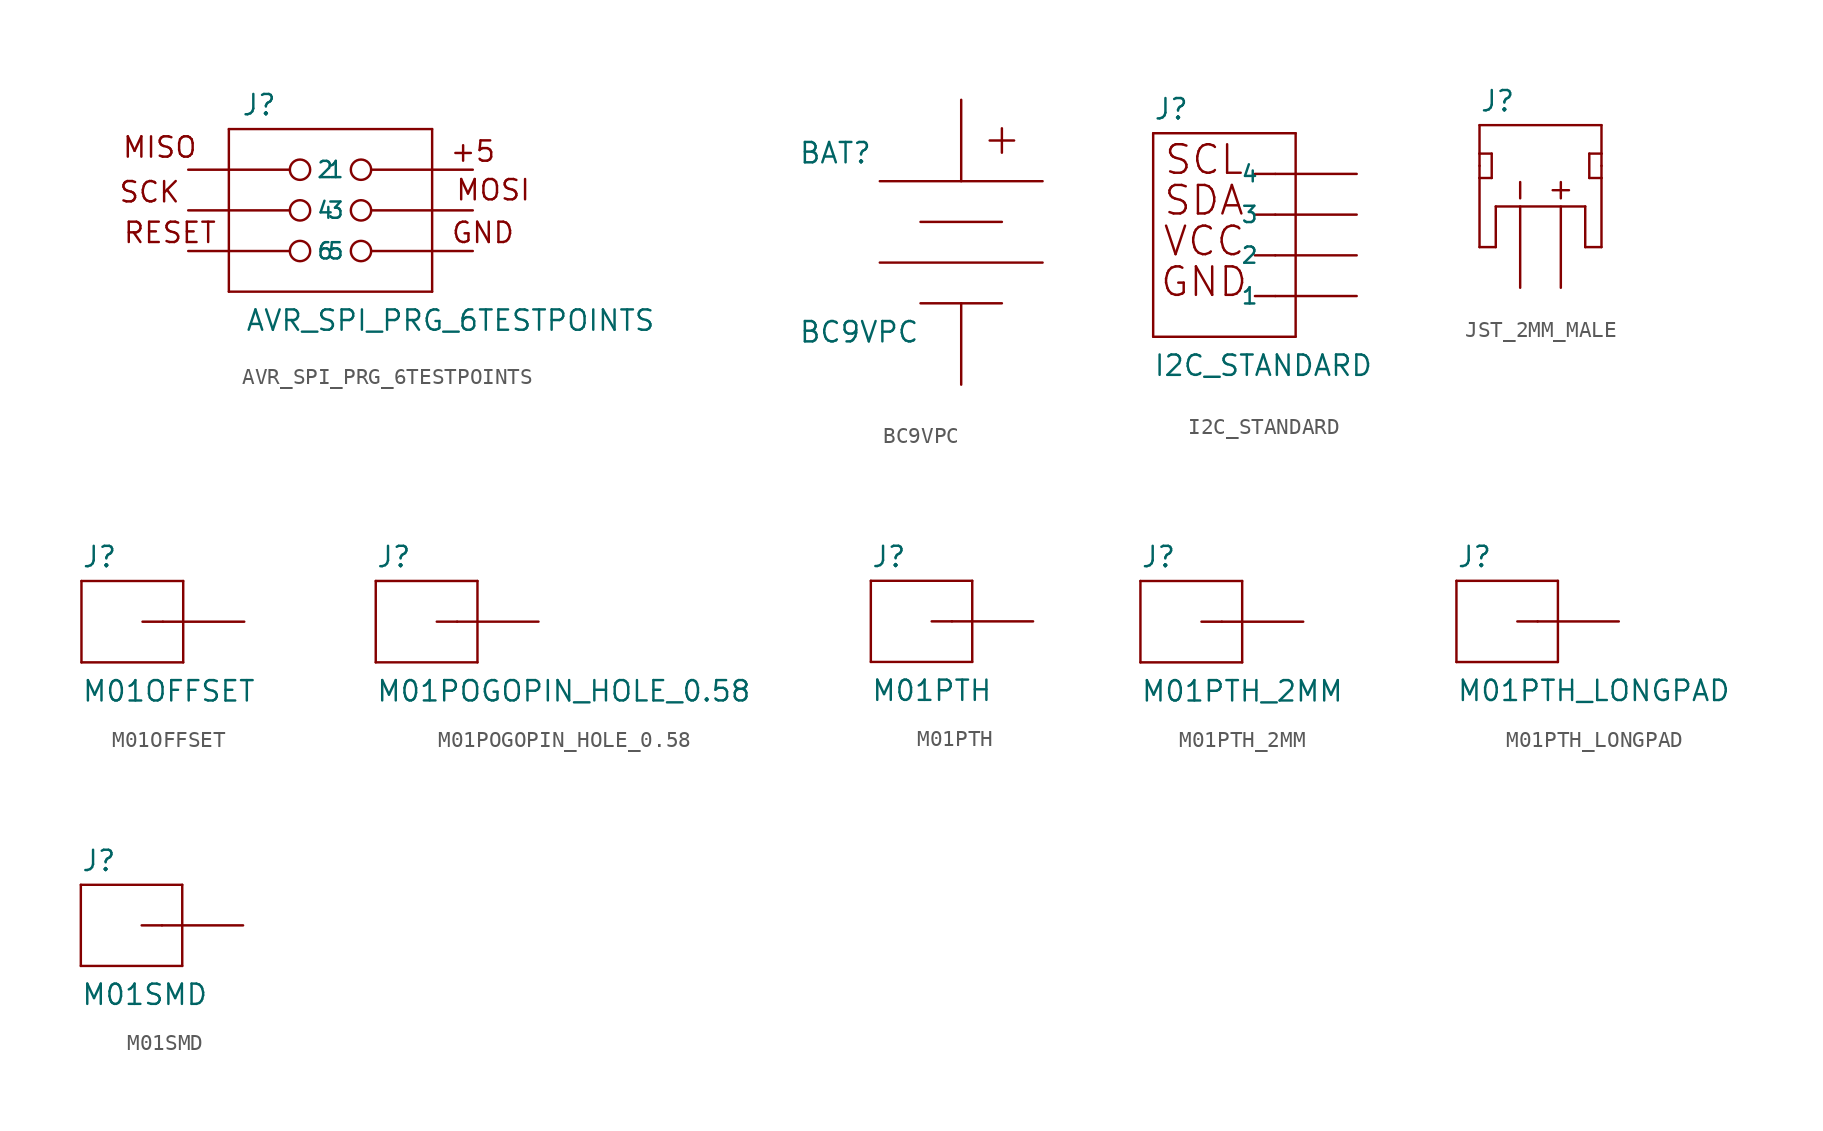
<source format=kicad_sym>
(kicad_symbol_lib
  (version 20211014)
  (generator kicad_symbol_editor)
  (symbol "AVR_SPI_PRG_6TESTPOINTS"
    (pin_numbers hide)
    (pin_names
      (offset 1.016))
    (property "Reference" "J"
      (at -4.318 5.842 0)
      (effects (font (size 1.27 1.27)) (justify left bottom)))
    (property "Value" "AVR_SPI_PRG_6TESTPOINTS"
      (at -4.064 -7.62 0)
      (effects (font (size 1.27 1.27)) (justify left bottom)))
    (property "Datasheet" ""
      (at 0 0 0)
      (effects (font (size 1.524 1.524))))
    (property "ki_locked" ""
      (at 0 0 0)
      (effects (font (size 1.27 1.27))))
    (symbol "AVR_SPI_PRG_6TESTPOINTS_1_0"
      (polyline (pts (xy -5.08 -5.08) (xy 7.62 -5.08)) (stroke (width 0) (type default) (color 0 0 0 0)) (fill (type none)))
      (polyline (pts (xy -5.08 5.08) (xy -5.08 -5.08)) (stroke (width 0) (type default) (color 0 0 0 0)) (fill (type none)))
      (polyline (pts (xy 7.62 -5.08) (xy 7.62 5.08)) (stroke (width 0) (type default) (color 0 0 0 0)) (fill (type none)))
      (polyline (pts (xy 7.62 5.08) (xy -5.08 5.08)) (stroke (width 0) (type default) (color 0 0 0 0)) (fill (type none)))
      (text "+5" (at 10.16 3.683 0) (effects (font (size 1.27 1.27))))
      (text "GND" (at 10.795 -1.397 0) (effects (font (size 1.27 1.27))))
      (text "MISO" (at -9.398 3.937 0) (effects (font (size 1.27 1.27))))
      (text "MOSI" (at 11.43 1.27 0) (effects (font (size 1.27 1.27))))
      (text "RESET" (at -8.763 -1.397 0) (effects (font (size 1.27 1.27))))
      (text "SCK" (at -10.033 1.143 0) (effects (font (size 1.27 1.27)))))
    (symbol "AVR_SPI_PRG_6TESTPOINTS_1_1"
      (pin passive inverted (at -7.62 2.54 0) (length 7.62) (name "1" (effects (font (size 1.016 1.016)))) (number "1" (effects (font (size 1.016 1.016)))))
      (pin passive inverted (at 10.16 2.54 180) (length 7.62) (name "2" (effects (font (size 1.016 1.016)))) (number "2" (effects (font (size 1.016 1.016)))))
      (pin passive inverted (at -7.62 0 0) (length 7.62) (name "3" (effects (font (size 1.016 1.016)))) (number "3" (effects (font (size 1.016 1.016)))))
      (pin passive inverted (at 10.16 0 180) (length 7.62) (name "4" (effects (font (size 1.016 1.016)))) (number "4" (effects (font (size 1.016 1.016)))))
      (pin passive inverted (at -7.62 -2.54 0) (length 7.62) (name "5" (effects (font (size 1.016 1.016)))) (number "5" (effects (font (size 1.016 1.016)))))
      (pin passive inverted (at 10.16 -2.54 180) (length 7.62) (name "6" (effects (font (size 1.016 1.016)))) (number "6" (effects (font (size 1.016 1.016)))))))
  (symbol "BC9VPC"
    (pin_numbers hide)
    (pin_names
      (offset 1.016) hide)
    (property "Reference" "BAT"
      (at -10.16 3.556 0)
      (effects (font (size 1.27 1.27)) (justify left bottom)))
    (property "Value" "BC9VPC"
      (at -10.16 -7.62 0)
      (effects (font (size 1.27 1.27)) (justify left bottom)))
    (property "Datasheet" ""
      (at 0 0 0)
      (effects (font (size 1.524 1.524))))
    (property "ki_locked" ""
      (at 0 0 0)
      (effects (font (size 1.27 1.27))))
    (symbol "BC9VPC_1_0"
      (polyline (pts (xy -5.08 -2.54) (xy 5.08 -2.54)) (stroke (width 0) (type default) (color 0 0 0 0)) (fill (type none)))
      (polyline (pts (xy -5.08 2.54) (xy 5.08 2.54)) (stroke (width 0) (type default) (color 0 0 0 0)) (fill (type none)))
      (polyline (pts (xy -2.54 -5.08) (xy 2.54 -5.08)) (stroke (width 0) (type default) (color 0 0 0 0)) (fill (type none)))
      (polyline (pts (xy -2.54 0) (xy 2.54 0)) (stroke (width 0) (type default) (color 0 0 0 0)) (fill (type none)))
      (polyline (pts (xy 1.778 5.08) (xy 3.302 5.08)) (stroke (width 0) (type default) (color 0 0 0 0)) (fill (type none)))
      (polyline (pts (xy 2.54 5.842) (xy 2.54 4.318)) (stroke (width 0) (type default) (color 0 0 0 0)) (fill (type none))))
    (symbol "BC9VPC_1_1"
      (pin bidirectional line (at 0 7.62 270) (length 5.08) (name "V+" (effects (font (size 1.016 1.016)))) (number "V+" (effects (font (size 1.016 1.016)))))
      (pin bidirectional line (at 0 -10.16 90) (length 5.08) (name "V-" (effects (font (size 1.016 1.016)))) (number "V-" (effects (font (size 1.016 1.016)))))))
  (symbol "I2C_STANDARD"
    (pin_numbers hide)
    (pin_names
      (offset 1.016))
    (property "Reference" "J"
      (at -2.54 13.462 0)
      (effects (font (size 1.27 1.27)) (justify left bottom)))
    (property "Value" "I2C_STANDARD"
      (at -2.54 -2.54 0)
      (effects (font (size 1.27 1.27)) (justify left bottom)))
    (property "Datasheet" ""
      (at 0 0 0)
      (effects (font (size 1.524 1.524))))
    (property "ki_locked" ""
      (at 0 0 0)
      (effects (font (size 1.27 1.27))))
    (symbol "I2C_STANDARD_1_0"
      (polyline (pts (xy -2.54 12.7) (xy -2.54 0)) (stroke (width 0) (type default) (color 0 0 0 0)) (fill (type none)))
      (polyline (pts (xy -2.54 12.7) (xy 6.35 12.7)) (stroke (width 0) (type default) (color 0 0 0 0)) (fill (type none)))
      (polyline (pts (xy 3.81 2.54) (xy 5.08 2.54)) (stroke (width 0) (type default) (color 0 0 0 0)) (fill (type none)))
      (polyline (pts (xy 3.81 5.08) (xy 5.08 5.08)) (stroke (width 0) (type default) (color 0 0 0 0)) (fill (type none)))
      (polyline (pts (xy 3.81 7.62) (xy 5.08 7.62)) (stroke (width 0) (type default) (color 0 0 0 0)) (fill (type none)))
      (polyline (pts (xy 3.81 10.16) (xy 5.08 10.16)) (stroke (width 0) (type default) (color 0 0 0 0)) (fill (type none)))
      (polyline (pts (xy 6.35 0) (xy -2.54 0)) (stroke (width 0) (type default) (color 0 0 0 0)) (fill (type none)))
      (polyline (pts (xy 6.35 0) (xy 6.35 12.7)) (stroke (width 0) (type default) (color 0 0 0 0)) (fill (type none)))
      (text "GND" (at 0.635 3.429 0) (effects (font (size 1.778 1.778))))
      (text "SCL" (at 0.635 11.049 0) (effects (font (size 1.778 1.778))))
      (text "SDA" (at 0.635 8.509 0) (effects (font (size 1.778 1.778))))
      (text "VCC" (at 0.635 5.969 0) (effects (font (size 1.778 1.778)))))
    (symbol "I2C_STANDARD_1_1"
      (pin passive line (at 10.16 2.54 180) (length 5.08) (name "1" (effects (font (size 1.016 1.016)))) (number "1" (effects (font (size 1.016 1.016)))))
      (pin passive line (at 10.16 5.08 180) (length 5.08) (name "2" (effects (font (size 1.016 1.016)))) (number "2" (effects (font (size 1.016 1.016)))))
      (pin passive line (at 10.16 7.62 180) (length 5.08) (name "3" (effects (font (size 1.016 1.016)))) (number "3" (effects (font (size 1.016 1.016)))))
      (pin passive line (at 10.16 10.16 180) (length 5.08) (name "4" (effects (font (size 1.016 1.016)))) (number "4" (effects (font (size 1.016 1.016)))))))
  (symbol "JST_2MM_MALE"
    (pin_numbers hide)
    (pin_names
      (offset 1.016) hide)
    (property "Reference" "J"
      (at -2.54 5.842 0)
      (effects (font (size 1.27 1.27)) (justify left bottom)))
    (property "Datasheet" ""
      (at 0 0 0)
      (effects (font (size 1.524 1.524))))
    (property "ki_locked" ""
      (at 0 0 0)
      (effects (font (size 1.27 1.27))))
    (symbol "JST_2MM_MALE_1_0"
      (polyline (pts (xy -2.54 -2.54) (xy -2.54 1.778)) (stroke (width 0) (type default) (color 0 0 0 0)) (fill (type none)))
      (polyline (pts (xy -2.54 -2.54) (xy -1.524 -2.54)) (stroke (width 0) (type default) (color 0 0 0 0)) (fill (type none)))
      (polyline (pts (xy -2.54 1.778) (xy -2.54 3.302)) (stroke (width 0) (type default) (color 0 0 0 0)) (fill (type none)))
      (polyline (pts (xy -2.54 1.778) (xy -1.778 1.778)) (stroke (width 0) (type default) (color 0 0 0 0)) (fill (type none)))
      (polyline (pts (xy -2.54 3.302) (xy -2.54 5.08)) (stroke (width 0) (type default) (color 0 0 0 0)) (fill (type none)))
      (polyline (pts (xy -2.54 5.08) (xy 5.08 5.08)) (stroke (width 0) (type default) (color 0 0 0 0)) (fill (type none)))
      (polyline (pts (xy -1.778 1.778) (xy -1.778 3.302)) (stroke (width 0) (type default) (color 0 0 0 0)) (fill (type none)))
      (polyline (pts (xy -1.778 3.302) (xy -2.54 3.302)) (stroke (width 0) (type default) (color 0 0 0 0)) (fill (type none)))
      (polyline (pts (xy -1.524 0) (xy -1.524 -2.54)) (stroke (width 0) (type default) (color 0 0 0 0)) (fill (type none)))
      (polyline (pts (xy 0 0.508) (xy 0 1.524)) (stroke (width 0) (type default) (color 0 0 0 0)) (fill (type none)))
      (polyline (pts (xy 2.032 1.016) (xy 3.048 1.016)) (stroke (width 0) (type default) (color 0 0 0 0)) (fill (type none)))
      (polyline (pts (xy 2.54 0.508) (xy 2.54 1.524)) (stroke (width 0) (type default) (color 0 0 0 0)) (fill (type none)))
      (polyline (pts (xy 4.064 -2.54) (xy 4.064 0)) (stroke (width 0) (type default) (color 0 0 0 0)) (fill (type none)))
      (polyline (pts (xy 4.064 0) (xy -1.524 0)) (stroke (width 0) (type default) (color 0 0 0 0)) (fill (type none)))
      (polyline (pts (xy 4.318 1.778) (xy 4.318 3.302)) (stroke (width 0) (type default) (color 0 0 0 0)) (fill (type none)))
      (polyline (pts (xy 4.318 3.302) (xy 5.08 3.302)) (stroke (width 0) (type default) (color 0 0 0 0)) (fill (type none)))
      (polyline (pts (xy 5.08 -2.54) (xy 4.064 -2.54)) (stroke (width 0) (type default) (color 0 0 0 0)) (fill (type none)))
      (polyline (pts (xy 5.08 1.778) (xy 4.318 1.778)) (stroke (width 0) (type default) (color 0 0 0 0)) (fill (type none)))
      (polyline (pts (xy 5.08 1.778) (xy 5.08 -2.54)) (stroke (width 0) (type default) (color 0 0 0 0)) (fill (type none)))
      (polyline (pts (xy 5.08 3.302) (xy 5.08 1.778)) (stroke (width 0) (type default) (color 0 0 0 0)) (fill (type none)))
      (polyline (pts (xy 5.08 5.08) (xy 5.08 3.302)) (stroke (width 0) (type default) (color 0 0 0 0)) (fill (type none))))
    (symbol "JST_2MM_MALE_1_1"
      (pin bidirectional line (at 0 -5.08 90) (length 5.08) (name "-" (effects (font (size 1.016 1.016)))) (number "1" (effects (font (size 1.016 1.016)))))
      (pin bidirectional line (at 2.54 -5.08 90) (length 5.08) (name "+" (effects (font (size 1.016 1.016)))) (number "2" (effects (font (size 1.016 1.016)))))
      (pin bidirectional line (at -2.54 2.54 90) (length 0) (name "PAD1" (effects (font (size 1.016 1.016)))) (number "NC1" (effects (font (size 1.016 1.016)))))
      (pin bidirectional line (at 5.08 2.54 90) (length 0) (name "PAD2" (effects (font (size 1.016 1.016)))) (number "NC2" (effects (font (size 1.016 1.016)))))))
  (symbol "M01OFFSET"
    (pin_numbers hide)
    (pin_names
      (offset 1.016) hide)
    (property "Reference" "J"
      (at -2.54 3.302 0)
      (effects (font (size 1.27 1.27)) (justify left bottom)))
    (property "Value" "M01OFFSET"
      (at -2.54 -5.08 0)
      (effects (font (size 1.27 1.27)) (justify left bottom)))
    (property "Datasheet" ""
      (at 0 0 0)
      (effects (font (size 1.524 1.524))))
    (property "ki_locked" ""
      (at 0 0 0)
      (effects (font (size 1.27 1.27))))
    (symbol "M01OFFSET_1_0"
      (polyline (pts (xy -2.54 2.54) (xy -2.54 -2.54)) (stroke (width 0) (type default) (color 0 0 0 0)) (fill (type none)))
      (polyline (pts (xy -2.54 2.54) (xy 3.81 2.54)) (stroke (width 0) (type default) (color 0 0 0 0)) (fill (type none)))
      (polyline (pts (xy 1.27 0) (xy 2.54 0)) (stroke (width 0) (type default) (color 0 0 0 0)) (fill (type none)))
      (polyline (pts (xy 3.81 -2.54) (xy -2.54 -2.54)) (stroke (width 0) (type default) (color 0 0 0 0)) (fill (type none)))
      (polyline (pts (xy 3.81 -2.54) (xy 3.81 2.54)) (stroke (width 0) (type default) (color 0 0 0 0)) (fill (type none))))
    (symbol "M01OFFSET_1_1"
      (pin passive line (at 7.62 0 180) (length 5.08) (name "1" (effects (font (size 1.016 1.016)))) (number "1" (effects (font (size 1.016 1.016)))))))
  (symbol "M01POGOPIN_HOLE_0.58"
    (pin_numbers hide)
    (pin_names
      (offset 1.016) hide)
    (property "Reference" "J"
      (at -2.54 3.302 0)
      (effects (font (size 1.27 1.27)) (justify left bottom)))
    (property "Value" "M01POGOPIN_HOLE_0.58"
      (at -2.54 -5.08 0)
      (effects (font (size 1.27 1.27)) (justify left bottom)))
    (property "Datasheet" ""
      (at 0 0 0)
      (effects (font (size 1.524 1.524))))
    (property "ki_locked" ""
      (at 0 0 0)
      (effects (font (size 1.27 1.27))))
    (symbol "M01POGOPIN_HOLE_0.58_1_0"
      (polyline (pts (xy -2.54 2.54) (xy -2.54 -2.54)) (stroke (width 0) (type default) (color 0 0 0 0)) (fill (type none)))
      (polyline (pts (xy -2.54 2.54) (xy 3.81 2.54)) (stroke (width 0) (type default) (color 0 0 0 0)) (fill (type none)))
      (polyline (pts (xy 1.27 0) (xy 2.54 0)) (stroke (width 0) (type default) (color 0 0 0 0)) (fill (type none)))
      (polyline (pts (xy 3.81 -2.54) (xy -2.54 -2.54)) (stroke (width 0) (type default) (color 0 0 0 0)) (fill (type none)))
      (polyline (pts (xy 3.81 -2.54) (xy 3.81 2.54)) (stroke (width 0) (type default) (color 0 0 0 0)) (fill (type none))))
    (symbol "M01POGOPIN_HOLE_0.58_1_1"
      (pin passive line (at 7.62 0 180) (length 5.08) (name "1" (effects (font (size 1.016 1.016)))) (number "1" (effects (font (size 1.016 1.016)))))))
  (symbol "M01PTH"
    (pin_numbers hide)
    (pin_names
      (offset 1.016) hide)
    (property "Reference" "J"
      (at -2.54 3.302 0)
      (effects (font (size 1.27 1.27)) (justify left bottom)))
    (property "Value" "M01PTH"
      (at -2.54 -5.08 0)
      (effects (font (size 1.27 1.27)) (justify left bottom)))
    (property "Datasheet" ""
      (at 0 0 0)
      (effects (font (size 1.524 1.524))))
    (property "ki_locked" ""
      (at 0 0 0)
      (effects (font (size 1.27 1.27))))
    (symbol "M01PTH_1_0"
      (polyline (pts (xy -2.54 2.54) (xy -2.54 -2.54)) (stroke (width 0) (type default) (color 0 0 0 0)) (fill (type none)))
      (polyline (pts (xy -2.54 2.54) (xy 3.81 2.54)) (stroke (width 0) (type default) (color 0 0 0 0)) (fill (type none)))
      (polyline (pts (xy 1.27 0) (xy 2.54 0)) (stroke (width 0) (type default) (color 0 0 0 0)) (fill (type none)))
      (polyline (pts (xy 3.81 -2.54) (xy -2.54 -2.54)) (stroke (width 0) (type default) (color 0 0 0 0)) (fill (type none)))
      (polyline (pts (xy 3.81 -2.54) (xy 3.81 2.54)) (stroke (width 0) (type default) (color 0 0 0 0)) (fill (type none))))
    (symbol "M01PTH_1_1"
      (pin passive line (at 7.62 0 180) (length 5.08) (name "1" (effects (font (size 1.016 1.016)))) (number "1" (effects (font (size 1.016 1.016)))))))
  (symbol "M01PTH_2MM"
    (pin_numbers hide)
    (pin_names
      (offset 1.016) hide)
    (property "Reference" "J"
      (at -2.54 3.302 0)
      (effects (font (size 1.27 1.27)) (justify left bottom)))
    (property "Value" "M01PTH_2MM"
      (at -2.54 -5.08 0)
      (effects (font (size 1.27 1.27)) (justify left bottom)))
    (property "Datasheet" ""
      (at 0 0 0)
      (effects (font (size 1.524 1.524))))
    (property "ki_locked" ""
      (at 0 0 0)
      (effects (font (size 1.27 1.27))))
    (symbol "M01PTH_2MM_1_0"
      (polyline (pts (xy -2.54 2.54) (xy -2.54 -2.54)) (stroke (width 0) (type default) (color 0 0 0 0)) (fill (type none)))
      (polyline (pts (xy -2.54 2.54) (xy 3.81 2.54)) (stroke (width 0) (type default) (color 0 0 0 0)) (fill (type none)))
      (polyline (pts (xy 1.27 0) (xy 2.54 0)) (stroke (width 0) (type default) (color 0 0 0 0)) (fill (type none)))
      (polyline (pts (xy 3.81 -2.54) (xy -2.54 -2.54)) (stroke (width 0) (type default) (color 0 0 0 0)) (fill (type none)))
      (polyline (pts (xy 3.81 -2.54) (xy 3.81 2.54)) (stroke (width 0) (type default) (color 0 0 0 0)) (fill (type none))))
    (symbol "M01PTH_2MM_1_1"
      (pin passive line (at 7.62 0 180) (length 5.08) (name "1" (effects (font (size 1.016 1.016)))) (number "1" (effects (font (size 1.016 1.016)))))))
  (symbol "M01PTH_LONGPAD"
    (pin_numbers hide)
    (pin_names
      (offset 1.016) hide)
    (property "Reference" "J"
      (at -2.54 3.302 0)
      (effects (font (size 1.27 1.27)) (justify left bottom)))
    (property "Value" "M01PTH_LONGPAD"
      (at -2.54 -5.08 0)
      (effects (font (size 1.27 1.27)) (justify left bottom)))
    (property "Datasheet" ""
      (at 0 0 0)
      (effects (font (size 1.524 1.524))))
    (property "ki_locked" ""
      (at 0 0 0)
      (effects (font (size 1.27 1.27))))
    (symbol "M01PTH_LONGPAD_1_0"
      (polyline (pts (xy -2.54 2.54) (xy -2.54 -2.54)) (stroke (width 0) (type default) (color 0 0 0 0)) (fill (type none)))
      (polyline (pts (xy -2.54 2.54) (xy 3.81 2.54)) (stroke (width 0) (type default) (color 0 0 0 0)) (fill (type none)))
      (polyline (pts (xy 1.27 0) (xy 2.54 0)) (stroke (width 0) (type default) (color 0 0 0 0)) (fill (type none)))
      (polyline (pts (xy 3.81 -2.54) (xy -2.54 -2.54)) (stroke (width 0) (type default) (color 0 0 0 0)) (fill (type none)))
      (polyline (pts (xy 3.81 -2.54) (xy 3.81 2.54)) (stroke (width 0) (type default) (color 0 0 0 0)) (fill (type none))))
    (symbol "M01PTH_LONGPAD_1_1"
      (pin passive line (at 7.62 0 180) (length 5.08) (name "1" (effects (font (size 1.016 1.016)))) (number "1" (effects (font (size 1.016 1.016)))))))
  (symbol "M01SMD"
    (pin_numbers hide)
    (pin_names
      (offset 1.016) hide)
    (property "Reference" "J"
      (at -2.54 3.302 0)
      (effects (font (size 1.27 1.27)) (justify left bottom)))
    (property "Value" "M01SMD"
      (at -2.54 -5.08 0)
      (effects (font (size 1.27 1.27)) (justify left bottom)))
    (property "Datasheet" ""
      (at 0 0 0)
      (effects (font (size 1.524 1.524))))
    (property "ki_locked" ""
      (at 0 0 0)
      (effects (font (size 1.27 1.27))))
    (symbol "M01SMD_1_0"
      (polyline (pts (xy -2.54 2.54) (xy -2.54 -2.54)) (stroke (width 0) (type default) (color 0 0 0 0)) (fill (type none)))
      (polyline (pts (xy -2.54 2.54) (xy 3.81 2.54)) (stroke (width 0) (type default) (color 0 0 0 0)) (fill (type none)))
      (polyline (pts (xy 1.27 0) (xy 2.54 0)) (stroke (width 0) (type default) (color 0 0 0 0)) (fill (type none)))
      (polyline (pts (xy 3.81 -2.54) (xy -2.54 -2.54)) (stroke (width 0) (type default) (color 0 0 0 0)) (fill (type none)))
      (polyline (pts (xy 3.81 -2.54) (xy 3.81 2.54)) (stroke (width 0) (type default) (color 0 0 0 0)) (fill (type none))))
    (symbol "M01SMD_1_1"
      (pin passive line (at 7.62 0 180) (length 5.08) (name "1" (effects (font (size 1.016 1.016)))) (number "P$1" (effects (font (size 1.016 1.016))))))))
</source>
